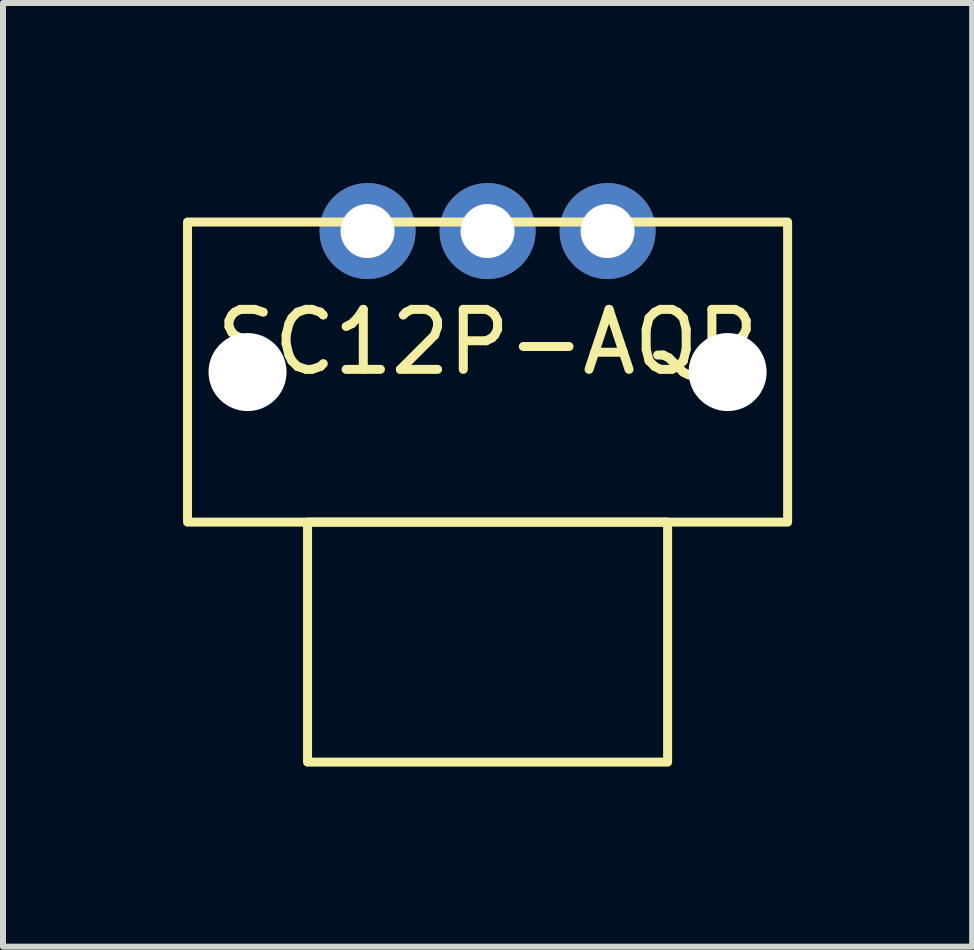
<source format=kicad_pcb>
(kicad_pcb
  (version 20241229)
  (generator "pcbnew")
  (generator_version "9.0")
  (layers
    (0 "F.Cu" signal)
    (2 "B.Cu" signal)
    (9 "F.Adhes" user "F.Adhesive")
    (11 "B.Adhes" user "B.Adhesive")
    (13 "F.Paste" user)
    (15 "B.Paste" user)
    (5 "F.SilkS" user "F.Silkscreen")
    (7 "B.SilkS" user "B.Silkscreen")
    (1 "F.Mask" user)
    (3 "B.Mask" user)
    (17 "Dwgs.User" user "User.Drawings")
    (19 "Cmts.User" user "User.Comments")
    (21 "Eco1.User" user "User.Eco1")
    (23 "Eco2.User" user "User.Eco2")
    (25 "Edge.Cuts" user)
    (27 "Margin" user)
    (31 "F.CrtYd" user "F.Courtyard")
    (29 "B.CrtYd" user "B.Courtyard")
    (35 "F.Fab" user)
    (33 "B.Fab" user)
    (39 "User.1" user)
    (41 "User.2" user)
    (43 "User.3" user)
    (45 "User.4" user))
  (footprint "SC12P-AQR"
    (layer "F.Cu")
    (at 5.075 3.15)
    (property "Reference" "SC12P-AQR" (at 0 -0.5 0) (unlocked yes) (layer "F.SilkS") (effects (font (size 1 1) (thickness 0.15))))
    (attr through_hole)
    (fp_rect (start -5 -2.5) (end 5 2.5) (stroke (width 0.15) (type solid)) (fill no) (layer "F.SilkS"))
    (fp_rect (start -3 2.5) (end 3 6.5) (stroke (width 0.15) (type solid)) (fill no) (layer "F.SilkS"))
    (pad "" np_thru_hole circle (at -4 0) (size 1.3 1.3) (drill 1.3) (layers "*.Cu" "*.Mask"))
    (pad "" np_thru_hole circle (at 4 0) (size 1.3 1.3) (drill 1.3) (layers "*.Cu" "*.Mask"))
    (pad "1" thru_hole circle (at -2 -2.35) (size 1.6 1.6) (drill 0.9) (layers "*.Cu" "*.Mask"))
    (pad "2" thru_hole circle (at 0 -2.35) (size 1.6 1.6) (drill 0.9) (layers "*.Cu" "*.Mask"))
    (pad "3" thru_hole circle (at 2 -2.35) (size 1.6 1.6) (drill 0.9) (layers "*.Cu" "*.Mask")))
  (gr_rect
    (start -3 -3)
    (end 13.15 12.725)
    (stroke (width 0.1) (type default))
    (fill no)
    (layer "Edge.Cuts")))
</source>
